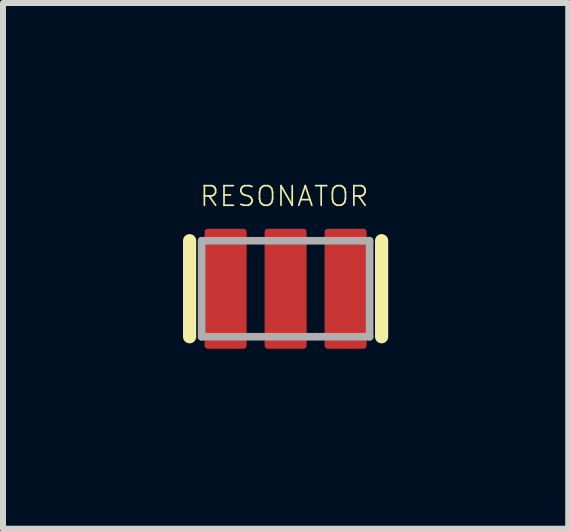
<source format=kicad_pcb>
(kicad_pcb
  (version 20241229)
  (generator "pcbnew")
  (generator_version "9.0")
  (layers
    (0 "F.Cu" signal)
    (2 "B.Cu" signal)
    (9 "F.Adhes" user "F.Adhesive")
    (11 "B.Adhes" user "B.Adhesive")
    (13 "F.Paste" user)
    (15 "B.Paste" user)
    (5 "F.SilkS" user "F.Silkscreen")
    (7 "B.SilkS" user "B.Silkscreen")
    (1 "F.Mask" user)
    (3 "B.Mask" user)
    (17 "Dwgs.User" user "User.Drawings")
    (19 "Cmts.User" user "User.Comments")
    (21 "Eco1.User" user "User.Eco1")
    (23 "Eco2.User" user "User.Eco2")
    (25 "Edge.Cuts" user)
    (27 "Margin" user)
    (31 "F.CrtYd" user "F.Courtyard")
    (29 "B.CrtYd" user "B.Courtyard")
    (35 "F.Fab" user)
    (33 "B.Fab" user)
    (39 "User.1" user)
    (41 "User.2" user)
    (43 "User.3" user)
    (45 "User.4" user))
  (footprint "RESONATOR"
    (layer "F.Cu")
    (at 1.71 1.762)
    (property "Reference" "RESONATOR" (at -1.45 -1.35 0) (unlocked yes) (layer "F.SilkS") (effects (font (size 0.327 0.327) (thickness 0.028)) (justify left bottom)))
    (fp_line (start -1.6 -0.8) (end -1.6 0.8) (stroke (width 0.22) (type solid)) (layer "F.SilkS"))
    (fp_line (start 1.6 -0.8) (end 1.6 0.8) (stroke (width 0.22) (type solid)) (layer "F.SilkS"))
    (fp_line (start -1.4 -0.8) (end 1.4 -0.8) (stroke (width 0.127) (type solid)) (layer "F.Fab"))
    (fp_line (start -1.4 0.8) (end -1.4 -0.8) (stroke (width 0.127) (type solid)) (layer "F.Fab"))
    (fp_line (start 1.4 -0.8) (end 1.4 0.8) (stroke (width 0.127) (type solid)) (layer "F.Fab"))
    (fp_line (start 1.4 0.8) (end -1.4 0.8) (stroke (width 0.127) (type solid)) (layer "F.Fab"))
    (pad "1" smd roundrect (at -1 0 90) (size 2 0.7) (layers "F.Cu" "F.Mask" "F.Paste") (roundrect_rratio 0.073))
    (pad "2" smd roundrect (at 0 0 90) (size 2 0.7) (layers "F.Cu" "F.Mask" "F.Paste") (roundrect_rratio 0.073))
    (pad "3" smd roundrect (at 1 0 90) (size 2 0.7) (layers "F.Cu" "F.Mask" "F.Paste") (roundrect_rratio 0.073)))
  (gr_rect
    (start -3 -3)
    (end 6.42 5.762)
    (stroke (width 0.1) (type default))
    (fill no)
    (layer "Edge.Cuts")))
</source>
